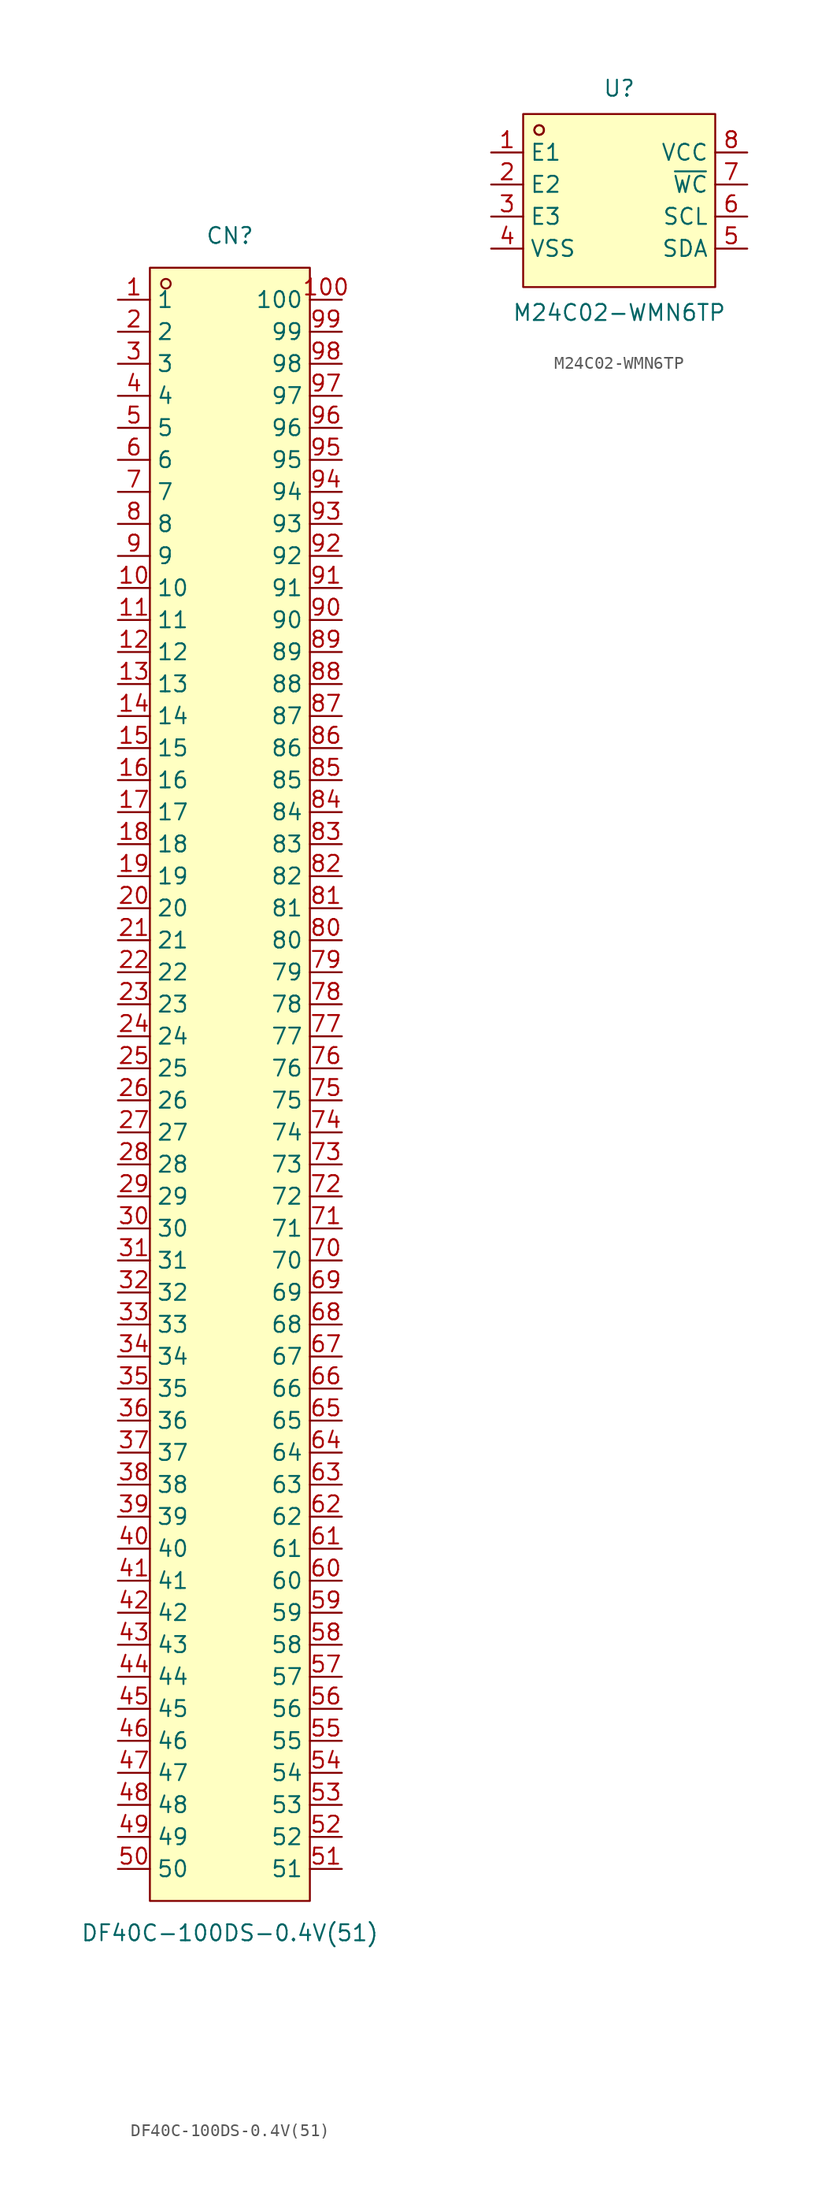
<source format=kicad_sym>
(kicad_symbol_lib
  (version 20220914)
  (generator kicad_symbol_editor)
  (symbol "DF40C-100DS-0.4V(51)"
    (property "Reference" "CN"
      (at 0 67.31 0)
      (effects (font (size 1.27 1.27))))
    (property "Value" "DF40C-100DS-0.4V(51)"
      (at 0 -67.31 0)
      (effects (font (size 1.27 1.27))))
    (symbol "DF40C-100DS-0.4V(51)_0_1"
      (rectangle (start -6.35 64.77) (end 6.35 -64.77) (stroke (width 0) (type default)) (fill (type background)))
      (circle (center -5.08 63.5) (radius 0.38) (stroke (width 0) (type default)) (fill (type none)))
      (pin unspecified line (at -8.89 62.23 0) (length 2.54) (name "1" (effects (font (size 1.27 1.27)))) (number "1" (effects (font (size 1.27 1.27)))))
      (pin unspecified line (at -8.89 39.37 0) (length 2.54) (name "10" (effects (font (size 1.27 1.27)))) (number "10" (effects (font (size 1.27 1.27)))))
      (pin unspecified line (at 8.89 62.23 180) (length 2.54) (name "100" (effects (font (size 1.27 1.27)))) (number "100" (effects (font (size 1.27 1.27)))))
      (pin unspecified line (at -8.89 36.83 0) (length 2.54) (name "11" (effects (font (size 1.27 1.27)))) (number "11" (effects (font (size 1.27 1.27)))))
      (pin unspecified line (at -8.89 34.29 0) (length 2.54) (name "12" (effects (font (size 1.27 1.27)))) (number "12" (effects (font (size 1.27 1.27)))))
      (pin unspecified line (at -8.89 31.75 0) (length 2.54) (name "13" (effects (font (size 1.27 1.27)))) (number "13" (effects (font (size 1.27 1.27)))))
      (pin unspecified line (at -8.89 29.21 0) (length 2.54) (name "14" (effects (font (size 1.27 1.27)))) (number "14" (effects (font (size 1.27 1.27)))))
      (pin unspecified line (at -8.89 26.67 0) (length 2.54) (name "15" (effects (font (size 1.27 1.27)))) (number "15" (effects (font (size 1.27 1.27)))))
      (pin unspecified line (at -8.89 24.13 0) (length 2.54) (name "16" (effects (font (size 1.27 1.27)))) (number "16" (effects (font (size 1.27 1.27)))))
      (pin unspecified line (at -8.89 21.59 0) (length 2.54) (name "17" (effects (font (size 1.27 1.27)))) (number "17" (effects (font (size 1.27 1.27)))))
      (pin unspecified line (at -8.89 19.05 0) (length 2.54) (name "18" (effects (font (size 1.27 1.27)))) (number "18" (effects (font (size 1.27 1.27)))))
      (pin unspecified line (at -8.89 16.51 0) (length 2.54) (name "19" (effects (font (size 1.27 1.27)))) (number "19" (effects (font (size 1.27 1.27)))))
      (pin unspecified line (at -8.89 59.69 0) (length 2.54) (name "2" (effects (font (size 1.27 1.27)))) (number "2" (effects (font (size 1.27 1.27)))))
      (pin unspecified line (at -8.89 13.97 0) (length 2.54) (name "20" (effects (font (size 1.27 1.27)))) (number "20" (effects (font (size 1.27 1.27)))))
      (pin unspecified line (at -8.89 11.43 0) (length 2.54) (name "21" (effects (font (size 1.27 1.27)))) (number "21" (effects (font (size 1.27 1.27)))))
      (pin unspecified line (at -8.89 8.89 0) (length 2.54) (name "22" (effects (font (size 1.27 1.27)))) (number "22" (effects (font (size 1.27 1.27)))))
      (pin unspecified line (at -8.89 6.35 0) (length 2.54) (name "23" (effects (font (size 1.27 1.27)))) (number "23" (effects (font (size 1.27 1.27)))))
      (pin unspecified line (at -8.89 3.81 0) (length 2.54) (name "24" (effects (font (size 1.27 1.27)))) (number "24" (effects (font (size 1.27 1.27)))))
      (pin unspecified line (at -8.89 1.27 0) (length 2.54) (name "25" (effects (font (size 1.27 1.27)))) (number "25" (effects (font (size 1.27 1.27)))))
      (pin unspecified line (at -8.89 -1.27 0) (length 2.54) (name "26" (effects (font (size 1.27 1.27)))) (number "26" (effects (font (size 1.27 1.27)))))
      (pin unspecified line (at -8.89 -3.81 0) (length 2.54) (name "27" (effects (font (size 1.27 1.27)))) (number "27" (effects (font (size 1.27 1.27)))))
      (pin unspecified line (at -8.89 -6.35 0) (length 2.54) (name "28" (effects (font (size 1.27 1.27)))) (number "28" (effects (font (size 1.27 1.27)))))
      (pin unspecified line (at -8.89 -8.89 0) (length 2.54) (name "29" (effects (font (size 1.27 1.27)))) (number "29" (effects (font (size 1.27 1.27)))))
      (pin unspecified line (at -8.89 57.15 0) (length 2.54) (name "3" (effects (font (size 1.27 1.27)))) (number "3" (effects (font (size 1.27 1.27)))))
      (pin unspecified line (at -8.89 -11.43 0) (length 2.54) (name "30" (effects (font (size 1.27 1.27)))) (number "30" (effects (font (size 1.27 1.27)))))
      (pin unspecified line (at -8.89 -13.97 0) (length 2.54) (name "31" (effects (font (size 1.27 1.27)))) (number "31" (effects (font (size 1.27 1.27)))))
      (pin unspecified line (at -8.89 -16.51 0) (length 2.54) (name "32" (effects (font (size 1.27 1.27)))) (number "32" (effects (font (size 1.27 1.27)))))
      (pin unspecified line (at -8.89 -19.05 0) (length 2.54) (name "33" (effects (font (size 1.27 1.27)))) (number "33" (effects (font (size 1.27 1.27)))))
      (pin unspecified line (at -8.89 -21.59 0) (length 2.54) (name "34" (effects (font (size 1.27 1.27)))) (number "34" (effects (font (size 1.27 1.27)))))
      (pin unspecified line (at -8.89 -24.13 0) (length 2.54) (name "35" (effects (font (size 1.27 1.27)))) (number "35" (effects (font (size 1.27 1.27)))))
      (pin unspecified line (at -8.89 -26.67 0) (length 2.54) (name "36" (effects (font (size 1.27 1.27)))) (number "36" (effects (font (size 1.27 1.27)))))
      (pin unspecified line (at -8.89 -29.21 0) (length 2.54) (name "37" (effects (font (size 1.27 1.27)))) (number "37" (effects (font (size 1.27 1.27)))))
      (pin unspecified line (at -8.89 -31.75 0) (length 2.54) (name "38" (effects (font (size 1.27 1.27)))) (number "38" (effects (font (size 1.27 1.27)))))
      (pin unspecified line (at -8.89 -34.29 0) (length 2.54) (name "39" (effects (font (size 1.27 1.27)))) (number "39" (effects (font (size 1.27 1.27)))))
      (pin unspecified line (at -8.89 54.61 0) (length 2.54) (name "4" (effects (font (size 1.27 1.27)))) (number "4" (effects (font (size 1.27 1.27)))))
      (pin unspecified line (at -8.89 -36.83 0) (length 2.54) (name "40" (effects (font (size 1.27 1.27)))) (number "40" (effects (font (size 1.27 1.27)))))
      (pin unspecified line (at -8.89 -39.37 0) (length 2.54) (name "41" (effects (font (size 1.27 1.27)))) (number "41" (effects (font (size 1.27 1.27)))))
      (pin unspecified line (at -8.89 -41.91 0) (length 2.54) (name "42" (effects (font (size 1.27 1.27)))) (number "42" (effects (font (size 1.27 1.27)))))
      (pin unspecified line (at -8.89 -44.45 0) (length 2.54) (name "43" (effects (font (size 1.27 1.27)))) (number "43" (effects (font (size 1.27 1.27)))))
      (pin unspecified line (at -8.89 -46.99 0) (length 2.54) (name "44" (effects (font (size 1.27 1.27)))) (number "44" (effects (font (size 1.27 1.27)))))
      (pin unspecified line (at -8.89 -49.53 0) (length 2.54) (name "45" (effects (font (size 1.27 1.27)))) (number "45" (effects (font (size 1.27 1.27)))))
      (pin unspecified line (at -8.89 -52.07 0) (length 2.54) (name "46" (effects (font (size 1.27 1.27)))) (number "46" (effects (font (size 1.27 1.27)))))
      (pin unspecified line (at -8.89 -54.61 0) (length 2.54) (name "47" (effects (font (size 1.27 1.27)))) (number "47" (effects (font (size 1.27 1.27)))))
      (pin unspecified line (at -8.89 -57.15 0) (length 2.54) (name "48" (effects (font (size 1.27 1.27)))) (number "48" (effects (font (size 1.27 1.27)))))
      (pin unspecified line (at -8.89 -59.69 0) (length 2.54) (name "49" (effects (font (size 1.27 1.27)))) (number "49" (effects (font (size 1.27 1.27)))))
      (pin unspecified line (at -8.89 52.07 0) (length 2.54) (name "5" (effects (font (size 1.27 1.27)))) (number "5" (effects (font (size 1.27 1.27)))))
      (pin unspecified line (at -8.89 -62.23 0) (length 2.54) (name "50" (effects (font (size 1.27 1.27)))) (number "50" (effects (font (size 1.27 1.27)))))
      (pin unspecified line (at 8.89 -62.23 180) (length 2.54) (name "51" (effects (font (size 1.27 1.27)))) (number "51" (effects (font (size 1.27 1.27)))))
      (pin unspecified line (at 8.89 -59.69 180) (length 2.54) (name "52" (effects (font (size 1.27 1.27)))) (number "52" (effects (font (size 1.27 1.27)))))
      (pin unspecified line (at 8.89 -57.15 180) (length 2.54) (name "53" (effects (font (size 1.27 1.27)))) (number "53" (effects (font (size 1.27 1.27)))))
      (pin unspecified line (at 8.89 -54.61 180) (length 2.54) (name "54" (effects (font (size 1.27 1.27)))) (number "54" (effects (font (size 1.27 1.27)))))
      (pin unspecified line (at 8.89 -52.07 180) (length 2.54) (name "55" (effects (font (size 1.27 1.27)))) (number "55" (effects (font (size 1.27 1.27)))))
      (pin unspecified line (at 8.89 -49.53 180) (length 2.54) (name "56" (effects (font (size 1.27 1.27)))) (number "56" (effects (font (size 1.27 1.27)))))
      (pin unspecified line (at 8.89 -46.99 180) (length 2.54) (name "57" (effects (font (size 1.27 1.27)))) (number "57" (effects (font (size 1.27 1.27)))))
      (pin unspecified line (at 8.89 -44.45 180) (length 2.54) (name "58" (effects (font (size 1.27 1.27)))) (number "58" (effects (font (size 1.27 1.27)))))
      (pin unspecified line (at 8.89 -41.91 180) (length 2.54) (name "59" (effects (font (size 1.27 1.27)))) (number "59" (effects (font (size 1.27 1.27)))))
      (pin unspecified line (at -8.89 49.53 0) (length 2.54) (name "6" (effects (font (size 1.27 1.27)))) (number "6" (effects (font (size 1.27 1.27)))))
      (pin unspecified line (at 8.89 -39.37 180) (length 2.54) (name "60" (effects (font (size 1.27 1.27)))) (number "60" (effects (font (size 1.27 1.27)))))
      (pin unspecified line (at 8.89 -36.83 180) (length 2.54) (name "61" (effects (font (size 1.27 1.27)))) (number "61" (effects (font (size 1.27 1.27)))))
      (pin unspecified line (at 8.89 -34.29 180) (length 2.54) (name "62" (effects (font (size 1.27 1.27)))) (number "62" (effects (font (size 1.27 1.27)))))
      (pin unspecified line (at 8.89 -31.75 180) (length 2.54) (name "63" (effects (font (size 1.27 1.27)))) (number "63" (effects (font (size 1.27 1.27)))))
      (pin unspecified line (at 8.89 -29.21 180) (length 2.54) (name "64" (effects (font (size 1.27 1.27)))) (number "64" (effects (font (size 1.27 1.27)))))
      (pin unspecified line (at 8.89 -26.67 180) (length 2.54) (name "65" (effects (font (size 1.27 1.27)))) (number "65" (effects (font (size 1.27 1.27)))))
      (pin unspecified line (at 8.89 -24.13 180) (length 2.54) (name "66" (effects (font (size 1.27 1.27)))) (number "66" (effects (font (size 1.27 1.27)))))
      (pin unspecified line (at 8.89 -21.59 180) (length 2.54) (name "67" (effects (font (size 1.27 1.27)))) (number "67" (effects (font (size 1.27 1.27)))))
      (pin unspecified line (at 8.89 -19.05 180) (length 2.54) (name "68" (effects (font (size 1.27 1.27)))) (number "68" (effects (font (size 1.27 1.27)))))
      (pin unspecified line (at 8.89 -16.51 180) (length 2.54) (name "69" (effects (font (size 1.27 1.27)))) (number "69" (effects (font (size 1.27 1.27)))))
      (pin unspecified line (at -8.89 46.99 0) (length 2.54) (name "7" (effects (font (size 1.27 1.27)))) (number "7" (effects (font (size 1.27 1.27)))))
      (pin unspecified line (at 8.89 -13.97 180) (length 2.54) (name "70" (effects (font (size 1.27 1.27)))) (number "70" (effects (font (size 1.27 1.27)))))
      (pin unspecified line (at 8.89 -11.43 180) (length 2.54) (name "71" (effects (font (size 1.27 1.27)))) (number "71" (effects (font (size 1.27 1.27)))))
      (pin unspecified line (at 8.89 -8.89 180) (length 2.54) (name "72" (effects (font (size 1.27 1.27)))) (number "72" (effects (font (size 1.27 1.27)))))
      (pin unspecified line (at 8.89 -6.35 180) (length 2.54) (name "73" (effects (font (size 1.27 1.27)))) (number "73" (effects (font (size 1.27 1.27)))))
      (pin unspecified line (at 8.89 -3.81 180) (length 2.54) (name "74" (effects (font (size 1.27 1.27)))) (number "74" (effects (font (size 1.27 1.27)))))
      (pin unspecified line (at 8.89 -1.27 180) (length 2.54) (name "75" (effects (font (size 1.27 1.27)))) (number "75" (effects (font (size 1.27 1.27)))))
      (pin unspecified line (at 8.89 1.27 180) (length 2.54) (name "76" (effects (font (size 1.27 1.27)))) (number "76" (effects (font (size 1.27 1.27)))))
      (pin unspecified line (at 8.89 3.81 180) (length 2.54) (name "77" (effects (font (size 1.27 1.27)))) (number "77" (effects (font (size 1.27 1.27)))))
      (pin unspecified line (at 8.89 6.35 180) (length 2.54) (name "78" (effects (font (size 1.27 1.27)))) (number "78" (effects (font (size 1.27 1.27)))))
      (pin unspecified line (at 8.89 8.89 180) (length 2.54) (name "79" (effects (font (size 1.27 1.27)))) (number "79" (effects (font (size 1.27 1.27)))))
      (pin unspecified line (at -8.89 44.45 0) (length 2.54) (name "8" (effects (font (size 1.27 1.27)))) (number "8" (effects (font (size 1.27 1.27)))))
      (pin unspecified line (at 8.89 11.43 180) (length 2.54) (name "80" (effects (font (size 1.27 1.27)))) (number "80" (effects (font (size 1.27 1.27)))))
      (pin unspecified line (at 8.89 13.97 180) (length 2.54) (name "81" (effects (font (size 1.27 1.27)))) (number "81" (effects (font (size 1.27 1.27)))))
      (pin unspecified line (at 8.89 16.51 180) (length 2.54) (name "82" (effects (font (size 1.27 1.27)))) (number "82" (effects (font (size 1.27 1.27)))))
      (pin unspecified line (at 8.89 19.05 180) (length 2.54) (name "83" (effects (font (size 1.27 1.27)))) (number "83" (effects (font (size 1.27 1.27)))))
      (pin unspecified line (at 8.89 21.59 180) (length 2.54) (name "84" (effects (font (size 1.27 1.27)))) (number "84" (effects (font (size 1.27 1.27)))))
      (pin unspecified line (at 8.89 24.13 180) (length 2.54) (name "85" (effects (font (size 1.27 1.27)))) (number "85" (effects (font (size 1.27 1.27)))))
      (pin unspecified line (at 8.89 26.67 180) (length 2.54) (name "86" (effects (font (size 1.27 1.27)))) (number "86" (effects (font (size 1.27 1.27)))))
      (pin unspecified line (at 8.89 29.21 180) (length 2.54) (name "87" (effects (font (size 1.27 1.27)))) (number "87" (effects (font (size 1.27 1.27)))))
      (pin unspecified line (at 8.89 31.75 180) (length 2.54) (name "88" (effects (font (size 1.27 1.27)))) (number "88" (effects (font (size 1.27 1.27)))))
      (pin unspecified line (at 8.89 34.29 180) (length 2.54) (name "89" (effects (font (size 1.27 1.27)))) (number "89" (effects (font (size 1.27 1.27)))))
      (pin unspecified line (at -8.89 41.91 0) (length 2.54) (name "9" (effects (font (size 1.27 1.27)))) (number "9" (effects (font (size 1.27 1.27)))))
      (pin unspecified line (at 8.89 36.83 180) (length 2.54) (name "90" (effects (font (size 1.27 1.27)))) (number "90" (effects (font (size 1.27 1.27)))))
      (pin unspecified line (at 8.89 39.37 180) (length 2.54) (name "91" (effects (font (size 1.27 1.27)))) (number "91" (effects (font (size 1.27 1.27)))))
      (pin unspecified line (at 8.89 41.91 180) (length 2.54) (name "92" (effects (font (size 1.27 1.27)))) (number "92" (effects (font (size 1.27 1.27)))))
      (pin unspecified line (at 8.89 44.45 180) (length 2.54) (name "93" (effects (font (size 1.27 1.27)))) (number "93" (effects (font (size 1.27 1.27)))))
      (pin unspecified line (at 8.89 46.99 180) (length 2.54) (name "94" (effects (font (size 1.27 1.27)))) (number "94" (effects (font (size 1.27 1.27)))))
      (pin unspecified line (at 8.89 49.53 180) (length 2.54) (name "95" (effects (font (size 1.27 1.27)))) (number "95" (effects (font (size 1.27 1.27)))))
      (pin unspecified line (at 8.89 52.07 180) (length 2.54) (name "96" (effects (font (size 1.27 1.27)))) (number "96" (effects (font (size 1.27 1.27)))))
      (pin unspecified line (at 8.89 54.61 180) (length 2.54) (name "97" (effects (font (size 1.27 1.27)))) (number "97" (effects (font (size 1.27 1.27)))))
      (pin unspecified line (at 8.89 57.15 180) (length 2.54) (name "98" (effects (font (size 1.27 1.27)))) (number "98" (effects (font (size 1.27 1.27)))))
      (pin unspecified line (at 8.89 59.69 180) (length 2.54) (name "99" (effects (font (size 1.27 1.27)))) (number "99" (effects (font (size 1.27 1.27)))))))
  (symbol "M24C02-WMN6TP"
    (property "Reference" "U"
      (at 0 8.89 0)
      (effects (font (size 1.27 1.27))))
    (property "Value" "M24C02-WMN6TP"
      (at 0 -8.89 0)
      (effects (font (size 1.27 1.27))))
    (symbol "M24C02-WMN6TP_0_1"
      (rectangle (start -7.62 6.86) (end 7.62 -6.86) (stroke (width 0) (type default)) (fill (type background)))
      (circle (center -6.35 5.59) (radius 0.38) (stroke (width 0) (type default)) (fill (type none)))
      (circle (center -6.35 5.59) (radius 0.38) (stroke (width 0) (type default)) (fill (type none)))
      (pin unspecified line (at -10.16 3.81 0) (length 2.54) (name "E1" (effects (font (size 1.27 1.27)))) (number "1" (effects (font (size 1.27 1.27)))))
      (pin unspecified line (at -10.16 1.27 0) (length 2.54) (name "E2" (effects (font (size 1.27 1.27)))) (number "2" (effects (font (size 1.27 1.27)))))
      (pin unspecified line (at -10.16 -1.27 0) (length 2.54) (name "E3" (effects (font (size 1.27 1.27)))) (number "3" (effects (font (size 1.27 1.27)))))
      (pin unspecified line (at -10.16 -3.81 0) (length 2.54) (name "VSS" (effects (font (size 1.27 1.27)))) (number "4" (effects (font (size 1.27 1.27)))))
      (pin unspecified line (at 10.16 -3.81 180) (length 2.54) (name "SDA" (effects (font (size 1.27 1.27)))) (number "5" (effects (font (size 1.27 1.27)))))
      (pin unspecified line (at 10.16 -1.27 180) (length 2.54) (name "SCL" (effects (font (size 1.27 1.27)))) (number "6" (effects (font (size 1.27 1.27)))))
      (pin unspecified line (at 10.16 1.27 180) (length 2.54) (name "~{WC}" (effects (font (size 1.27 1.27)))) (number "7" (effects (font (size 1.27 1.27)))))
      (pin unspecified line (at 10.16 3.81 180) (length 2.54) (name "VCC" (effects (font (size 1.27 1.27)))) (number "8" (effects (font (size 1.27 1.27))))))))
</source>
